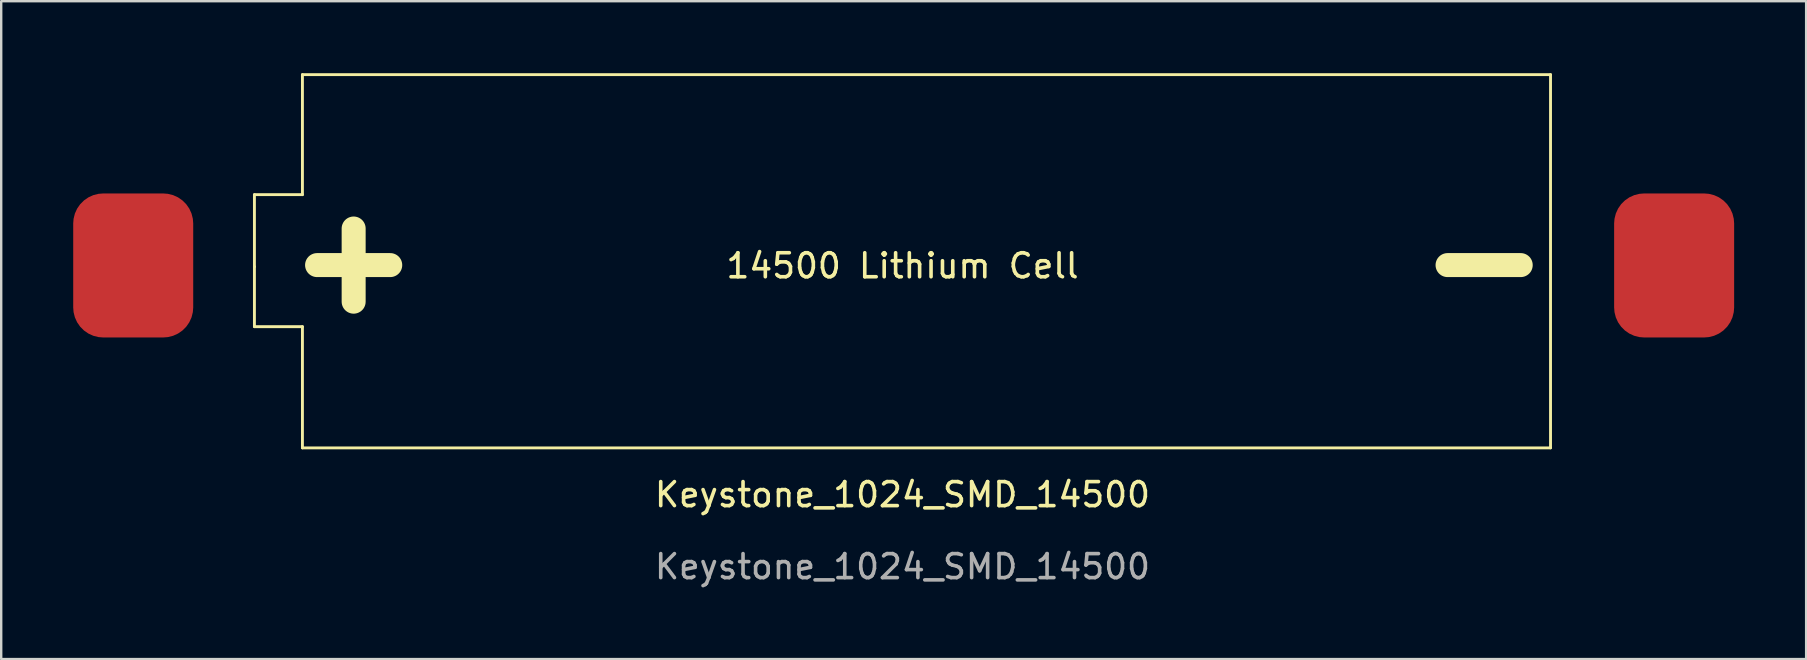
<source format=kicad_pcb>
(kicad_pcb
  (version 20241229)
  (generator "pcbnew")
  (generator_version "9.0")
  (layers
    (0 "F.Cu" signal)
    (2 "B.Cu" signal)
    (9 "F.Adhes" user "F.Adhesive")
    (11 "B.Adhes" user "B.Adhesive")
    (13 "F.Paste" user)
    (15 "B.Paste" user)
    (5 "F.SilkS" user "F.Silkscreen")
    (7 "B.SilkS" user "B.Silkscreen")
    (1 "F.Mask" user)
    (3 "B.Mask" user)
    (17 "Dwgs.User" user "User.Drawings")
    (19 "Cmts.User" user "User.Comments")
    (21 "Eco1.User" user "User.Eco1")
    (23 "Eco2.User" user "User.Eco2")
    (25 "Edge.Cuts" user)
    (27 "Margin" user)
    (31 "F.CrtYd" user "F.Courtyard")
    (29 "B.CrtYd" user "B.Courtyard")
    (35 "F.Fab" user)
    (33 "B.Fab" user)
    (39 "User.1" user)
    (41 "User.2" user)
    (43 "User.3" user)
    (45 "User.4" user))
  (footprint "Keystone_1024_SMD_14500"
    (layer "F.Cu")
    (at 34.55 18.06)
    (property "Reference" "Keystone_1024_SMD_14500" (at 0 -0.5 0) (unlocked yes) (layer "F.SilkS") (effects (font (size 1 1) (thickness 0.15))))
    (attr smd)
    (fp_line (start -27 -13) (end -25 -13) (stroke (width 0.12) (type default)) (layer "F.SilkS"))
    (fp_line (start -27 -10) (end -27 -13) (stroke (width 0.12) (type default)) (layer "F.SilkS"))
    (fp_line (start -27 -7.5) (end -27 -10) (stroke (width 0.12) (type default)) (layer "F.SilkS"))
    (fp_line (start -25 -18) (end 27 -18) (stroke (width 0.12) (type default)) (layer "F.SilkS"))
    (fp_line (start -25 -13) (end -25 -18) (stroke (width 0.12) (type default)) (layer "F.SilkS"))
    (fp_line (start -25 -7.5) (end -27 -7.5) (stroke (width 0.12) (type default)) (layer "F.SilkS"))
    (fp_line (start -25 -2.45) (end -25 -7.5) (stroke (width 0.12) (type default)) (layer "F.SilkS"))
    (fp_line (start 27 -18) (end 27 -2.45) (stroke (width 0.12) (type default)) (layer "F.SilkS"))
    (fp_line (start 27 -2.45) (end -25 -2.45) (stroke (width 0.12) (type default)) (layer "F.SilkS"))
    (fp_text user "-" (at 21.1 -8 0) (unlocked yes) (layer "F.SilkS") (effects (font (size 4 4) (thickness 1) (bold yes)) (justify left bottom)))
    (fp_text user "+" (at -26 -8 0) (unlocked yes) (layer "F.SilkS") (effects (font (size 4 4) (thickness 1) (bold yes)) (justify left bottom)))
    (fp_text user "14500 Lithium Cell" (at 0 -9.45 0) (unlocked yes) (layer "F.SilkS") (effects (font (size 1 1) (thickness 0.15)) (justify bottom)))
    (fp_text user "${REFERENCE}" (at 0 2.5 0) (unlocked yes) (layer "F.Fab") (effects (font (size 1 1) (thickness 0.15))))
    (pad "1" smd roundrect (at -32.05 -10.05) (size 5 6) (layers "F.Cu" "F.Mask" "F.Paste") (roundrect_rratio 0.25))
    (pad "2" smd roundrect (at 32.15 -10.05) (size 5 6) (layers "F.Cu" "F.Mask" "F.Paste") (roundrect_rratio 0.25)))
  (gr_rect
    (start -3 -3)
    (end 72.2 24.408)
    (stroke (width 0.1) (type default))
    (fill no)
    (layer "Edge.Cuts")))
</source>
